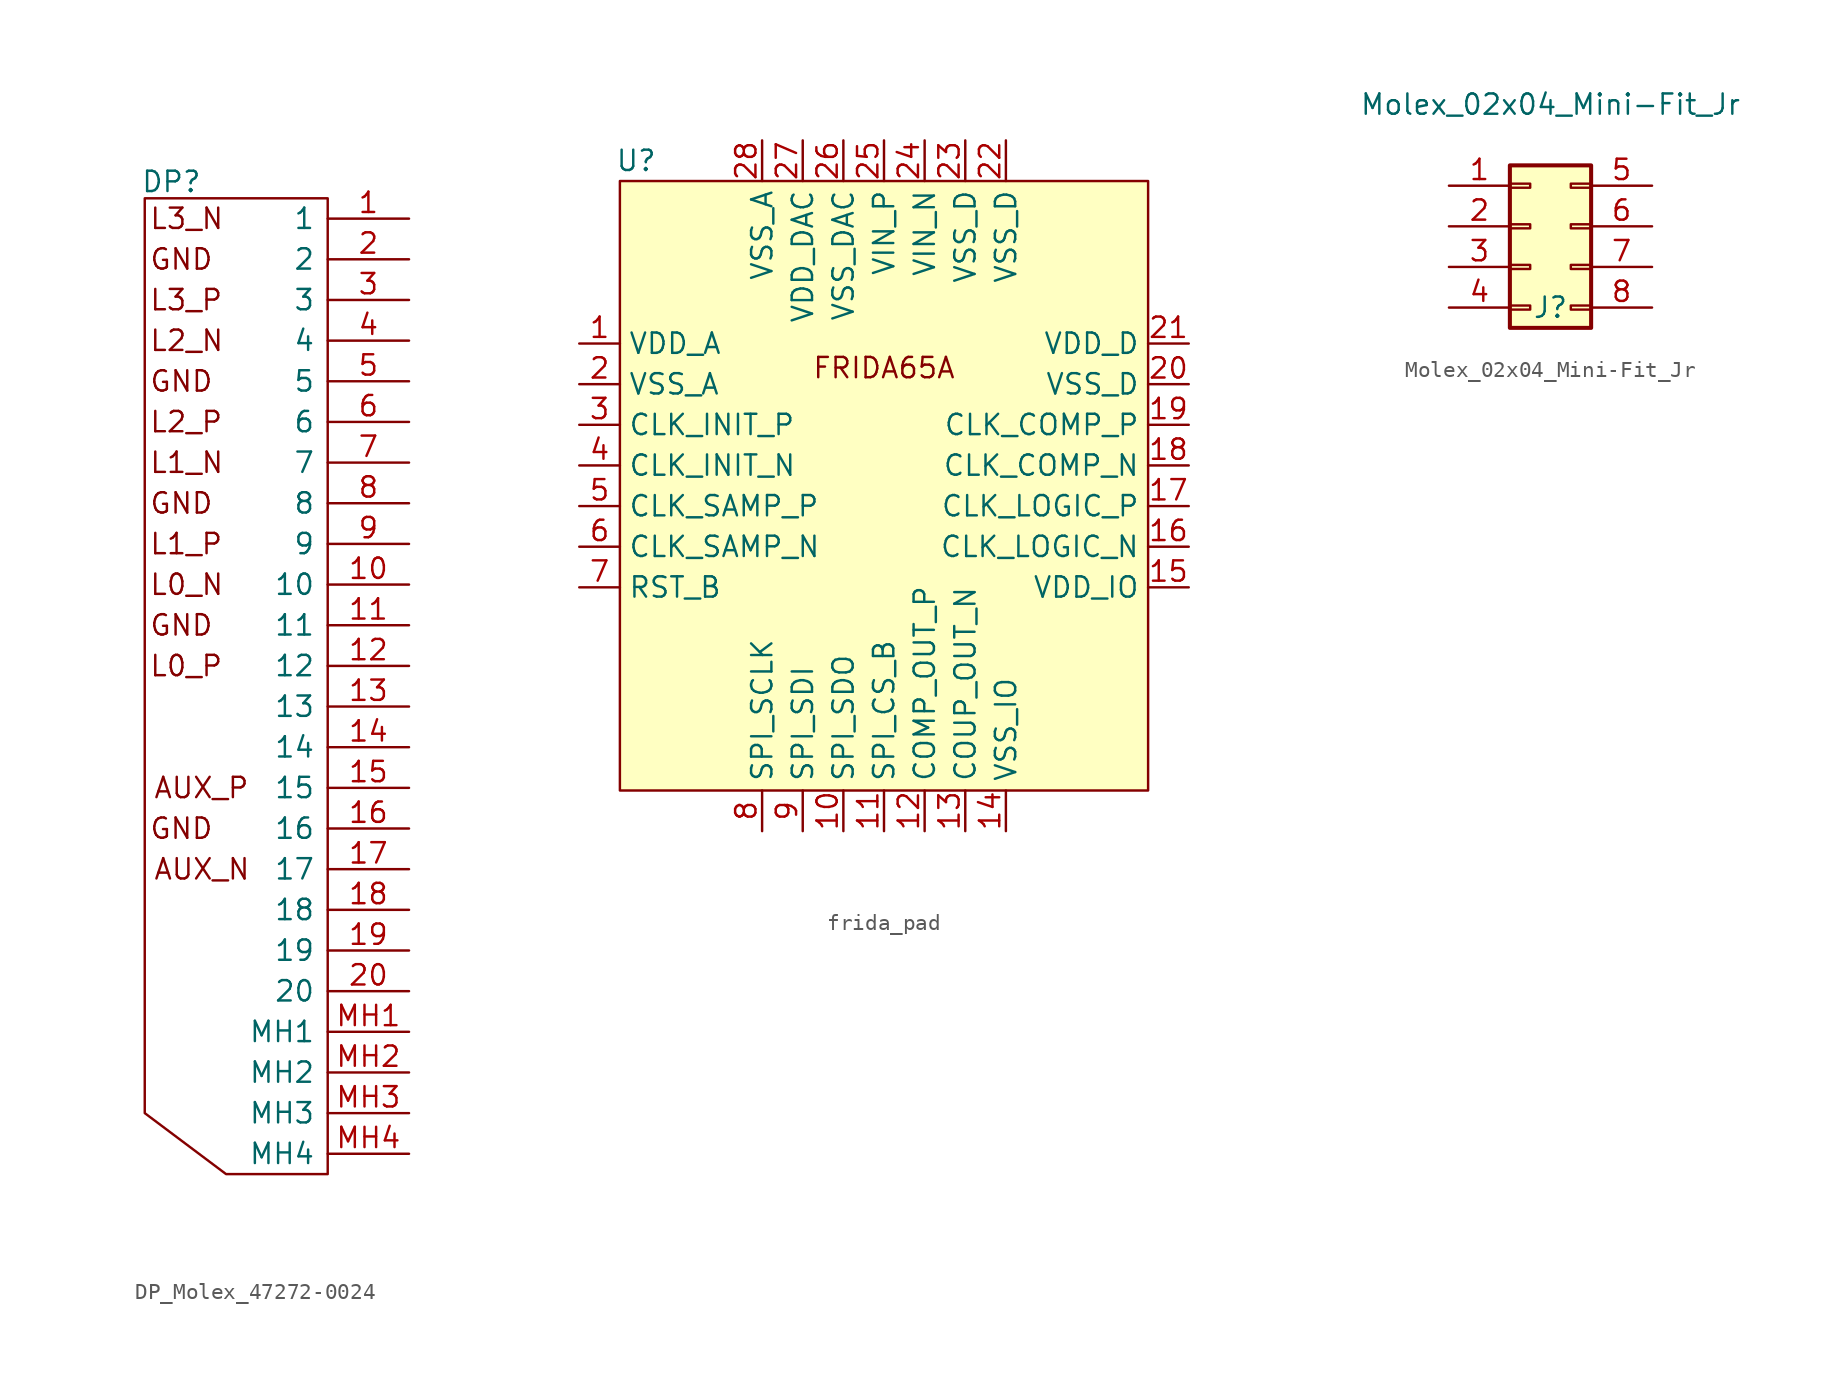
<source format=kicad_sym>
(kicad_symbol_lib
  (version 20241209)
  (generator "kicad_symbol_editor")
  (generator_version "9.0")
  (symbol "DP_Molex_47272-0024"
    (pin_names
      (offset 0.762))
    (property "Reference" "DP"
      (at -0.254 32.258 0)
      (do_not_autoplace)
      (effects (font (size 1.27 1.27)) (justify left top)))
    (symbol "DP_Molex_47272-0024_0_0"
      (pin passive line (at 16.51 29.21 180) (length 5.08) (name "1" (effects (font (size 1.27 1.27)))) (number "1" (effects (font (size 1.27 1.27)))))
      (pin passive line (at 16.51 24.13 180) (length 5.08) (name "3" (effects (font (size 1.27 1.27)))) (number "3" (effects (font (size 1.27 1.27)))))
      (pin passive line (at 16.51 21.59 180) (length 5.08) (name "4" (effects (font (size 1.27 1.27)))) (number "4" (effects (font (size 1.27 1.27)))))
      (pin passive line (at 16.51 16.51 180) (length 5.08) (name "6" (effects (font (size 1.27 1.27)))) (number "6" (effects (font (size 1.27 1.27)))))
      (pin passive line (at 16.51 8.89 180) (length 5.08) (name "9" (effects (font (size 1.27 1.27)))) (number "9" (effects (font (size 1.27 1.27)))))
      (pin passive line (at 16.51 6.35 180) (length 5.08) (name "10" (effects (font (size 1.27 1.27)))) (number "10" (effects (font (size 1.27 1.27)))))
      (pin passive line (at 16.51 1.27 180) (length 5.08) (name "12" (effects (font (size 1.27 1.27)))) (number "12" (effects (font (size 1.27 1.27)))))
      (pin passive line (at 16.51 -1.27 180) (length 5.08) (name "13" (effects (font (size 1.27 1.27)))) (number "13" (effects (font (size 1.27 1.27)))))
      (pin passive line (at 16.51 -3.81 180) (length 5.08) (name "14" (effects (font (size 1.27 1.27)))) (number "14" (effects (font (size 1.27 1.27)))))
      (pin passive line (at 16.51 -6.35 180) (length 5.08) (name "15" (effects (font (size 1.27 1.27)))) (number "15" (effects (font (size 1.27 1.27)))))
      (pin passive line (at 16.51 -11.43 180) (length 5.08) (name "17" (effects (font (size 1.27 1.27)))) (number "17" (effects (font (size 1.27 1.27)))))
      (pin passive line (at 16.51 -13.97 180) (length 5.08) (name "18" (effects (font (size 1.27 1.27)))) (number "18" (effects (font (size 1.27 1.27)))))
      (pin passive line (at 16.51 -16.51 180) (length 5.08) (name "19" (effects (font (size 1.27 1.27)))) (number "19" (effects (font (size 1.27 1.27)))))
      (pin passive line (at 16.51 -19.05 180) (length 5.08) (name "20" (effects (font (size 1.27 1.27)))) (number "20" (effects (font (size 1.27 1.27)))))
      (pin passive line (at 16.51 -21.59 180) (length 5.08) (name "MH1" (effects (font (size 1.27 1.27)))) (number "MH1" (effects (font (size 1.27 1.27)))))
      (pin passive line (at 16.51 -24.13 180) (length 5.08) (name "MH2" (effects (font (size 1.27 1.27)))) (number "MH2" (effects (font (size 1.27 1.27)))))
      (pin passive line (at 16.51 -26.67 180) (length 5.08) (name "MH3" (effects (font (size 1.27 1.27)))) (number "MH3" (effects (font (size 1.27 1.27)))))
      (pin passive line (at 16.51 -29.21 180) (length 5.08) (name "MH4" (effects (font (size 1.27 1.27)))) (number "MH4" (effects (font (size 1.27 1.27))))))
    (symbol "DP_Molex_47272-0024_0_1"
      (polyline (pts (xy 0 30.48) (xy 11.43 30.48) (xy 11.43 -2.54) (xy 11.43 -30.48) (xy 5.08 -30.48) (xy 0 -26.67) (xy 0 30.48)) (stroke (width 0.152) (type default)) (fill (type none))))
    (symbol "DP_Molex_47272-0024_1_0"
      (pin passive line (at 16.51 26.67 180) (length 5.08) (name "2" (effects (font (size 1.27 1.27)))) (number "2" (effects (font (size 1.27 1.27)))))
      (pin passive line (at 16.51 19.05 180) (length 5.08) (name "5" (effects (font (size 1.27 1.27)))) (number "5" (effects (font (size 1.27 1.27)))))
      (pin passive line (at 16.51 13.97 180) (length 5.08) (name "7" (effects (font (size 1.27 1.27)))) (number "7" (effects (font (size 1.27 1.27)))))
      (pin passive line (at 16.51 11.43 180) (length 5.08) (name "8" (effects (font (size 1.27 1.27)))) (number "8" (effects (font (size 1.27 1.27)))))
      (pin passive line (at 16.51 3.81 180) (length 5.08) (name "11" (effects (font (size 1.27 1.27)))) (number "11" (effects (font (size 1.27 1.27)))))
      (pin passive line (at 16.51 -8.89 180) (length 5.08) (name "16" (effects (font (size 1.27 1.27)))) (number "16" (effects (font (size 1.27 1.27))))))
    (symbol "DP_Molex_47272-0024_1_1"
      (text private "Pin naming as sink side" (at -2.032 0.254 900) (effects (font (size 1.27 1.27))))
      (text "L3_N" (at 0.254 29.21 0) (effects (font (size 1.27 1.27)) (justify left)))
      (text "GND" (at 0.254 26.67 0) (effects (font (size 1.27 1.27)) (justify left)))
      (text "L3_P" (at 0.254 24.13 0) (effects (font (size 1.27 1.27)) (justify left)))
      (text "L2_N" (at 0.254 21.59 0) (effects (font (size 1.27 1.27)) (justify left)))
      (text "GND" (at 0.254 19.05 0) (effects (font (size 1.27 1.27)) (justify left)))
      (text "L2_P" (at 0.254 16.51 0) (effects (font (size 1.27 1.27)) (justify left)))
      (text "L1_N" (at 0.254 13.97 0) (effects (font (size 1.27 1.27)) (justify left)))
      (text "GND" (at 0.254 11.43 0) (effects (font (size 1.27 1.27)) (justify left)))
      (text "L1_P" (at 0.254 8.89 0) (effects (font (size 1.27 1.27)) (justify left)))
      (text "L0_N" (at 0.254 6.35 0) (effects (font (size 1.27 1.27)) (justify left)))
      (text "GND" (at 0.254 3.81 0) (effects (font (size 1.27 1.27)) (justify left)))
      (text "L0_P" (at 0.254 1.27 0) (effects (font (size 1.27 1.27)) (justify left)))
      (text "GND" (at 0.254 -8.89 0) (effects (font (size 1.27 1.27)) (justify left)))
      (text "AUX_P" (at 0.508 -6.35 0) (effects (font (size 1.27 1.27)) (justify left)))
      (text "AUX_N" (at 0.508 -11.43 0) (effects (font (size 1.27 1.27)) (justify left)))))
  (symbol "frida_pad"
    (property "Reference" "U"
      (at 1.016 39.37 0)
      (effects (font (size 1.27 1.27))))
    (property "Value" ""
      (at 0 0 0)
      (effects (font (size 1.27 1.27))))
    (symbol "frida_pad_1_1"
      (rectangle (start 0 38.1) (end 33.02 0) (stroke (width 0) (type solid)) (fill (type background)))
      (text "FRIDA65A" (at 16.51 26.416 0) (effects (font (size 1.27 1.27))))
      (pin power_in line (at -2.54 27.94 0) (length 2.54) (name "VDD_A" (effects (font (size 1.27 1.27)))) (number "1" (effects (font (size 1.27 1.27)))))
      (pin power_in line (at -2.54 25.4 0) (length 2.54) (name "VSS_A" (effects (font (size 1.27 1.27)))) (number "2" (effects (font (size 1.27 1.27)))))
      (pin input line (at -2.54 22.86 0) (length 2.54) (name "CLK_INIT_P" (effects (font (size 1.27 1.27)))) (number "3" (effects (font (size 1.27 1.27)))))
      (pin input line (at -2.54 20.32 0) (length 2.54) (name "CLK_INIT_N" (effects (font (size 1.27 1.27)))) (number "4" (effects (font (size 1.27 1.27)))))
      (pin input line (at -2.54 17.78 0) (length 2.54) (name "CLK_SAMP_P" (effects (font (size 1.27 1.27)))) (number "5" (effects (font (size 1.27 1.27)))))
      (pin input line (at -2.54 15.24 0) (length 2.54) (name "CLK_SAMP_N" (effects (font (size 1.27 1.27)))) (number "6" (effects (font (size 1.27 1.27)))))
      (pin input line (at -2.54 12.7 0) (length 2.54) (name "RST_B" (effects (font (size 1.27 1.27)))) (number "7" (effects (font (size 1.27 1.27)))))
      (pin power_in line (at 8.89 40.64 270) (length 2.54) (name "VSS_A" (effects (font (size 1.27 1.27)))) (number "28" (effects (font (size 1.27 1.27)))))
      (pin input line (at 8.89 -2.54 90) (length 2.54) (name "SPI_SCLK" (effects (font (size 1.27 1.27)))) (number "8" (effects (font (size 1.27 1.27)))))
      (pin power_in line (at 11.43 40.64 270) (length 2.54) (name "VDD_DAC" (effects (font (size 1.27 1.27)))) (number "27" (effects (font (size 1.27 1.27)))))
      (pin input line (at 11.43 -2.54 90) (length 2.54) (name "SPI_SDI" (effects (font (size 1.27 1.27)))) (number "9" (effects (font (size 1.27 1.27)))))
      (pin power_in line (at 13.97 40.64 270) (length 2.54) (name "VSS_DAC" (effects (font (size 1.27 1.27)))) (number "26" (effects (font (size 1.27 1.27)))))
      (pin output line (at 13.97 -2.54 90) (length 2.54) (name "SPI_SDO" (effects (font (size 1.27 1.27)))) (number "10" (effects (font (size 1.27 1.27)))))
      (pin input line (at 16.51 40.64 270) (length 2.54) (name "VIN_P" (effects (font (size 1.27 1.27)))) (number "25" (effects (font (size 1.27 1.27)))))
      (pin input line (at 16.51 -2.54 90) (length 2.54) (name "SPI_CS_B" (effects (font (size 1.27 1.27)))) (number "11" (effects (font (size 1.27 1.27)))))
      (pin input line (at 19.05 40.64 270) (length 2.54) (name "VIN_N" (effects (font (size 1.27 1.27)))) (number "24" (effects (font (size 1.27 1.27)))))
      (pin output line (at 19.05 -2.54 90) (length 2.54) (name "COMP_OUT_P" (effects (font (size 1.27 1.27)))) (number "12" (effects (font (size 1.27 1.27)))))
      (pin power_in line (at 21.59 40.64 270) (length 2.54) (name "VSS_D" (effects (font (size 1.27 1.27)))) (number "23" (effects (font (size 1.27 1.27)))))
      (pin output line (at 21.59 -2.54 90) (length 2.54) (name "COUP_OUT_N" (effects (font (size 1.27 1.27)))) (number "13" (effects (font (size 1.27 1.27)))))
      (pin power_in line (at 24.13 40.64 270) (length 2.54) (name "VSS_D" (effects (font (size 1.27 1.27)))) (number "22" (effects (font (size 1.27 1.27)))))
      (pin power_in line (at 24.13 -2.54 90) (length 2.54) (name "VSS_IO" (effects (font (size 1.27 1.27)))) (number "14" (effects (font (size 1.27 1.27)))))
      (pin power_in line (at 35.56 27.94 180) (length 2.54) (name "VDD_D" (effects (font (size 1.27 1.27)))) (number "21" (effects (font (size 1.27 1.27)))))
      (pin power_in line (at 35.56 25.4 180) (length 2.54) (name "VSS_D" (effects (font (size 1.27 1.27)))) (number "20" (effects (font (size 1.27 1.27)))))
      (pin input line (at 35.56 22.86 180) (length 2.54) (name "CLK_COMP_P" (effects (font (size 1.27 1.27)))) (number "19" (effects (font (size 1.27 1.27)))))
      (pin input line (at 35.56 20.32 180) (length 2.54) (name "CLK_COMP_N" (effects (font (size 1.27 1.27)))) (number "18" (effects (font (size 1.27 1.27)))))
      (pin input line (at 35.56 17.78 180) (length 2.54) (name "CLK_LOGIC_P" (effects (font (size 1.27 1.27)))) (number "17" (effects (font (size 1.27 1.27)))))
      (pin input line (at 35.56 15.24 180) (length 2.54) (name "CLK_LOGIC_N" (effects (font (size 1.27 1.27)))) (number "16" (effects (font (size 1.27 1.27)))))
      (pin power_in line (at 35.56 12.7 180) (length 2.54) (name "VDD_IO" (effects (font (size 1.27 1.27)))) (number "15" (effects (font (size 1.27 1.27)))))))
  (symbol "Molex_02x04_Mini-Fit_Jr"
    (pin_names
      (offset 1.016)
      (hide yes))
    (property "Reference" "J"
      (at 1.27 -5.08 0)
      (effects (font (size 1.27 1.27))))
    (property "Value" "Molex_02x04_Mini-Fit_Jr"
      (at 1.27 7.62 0)
      (effects (font (size 1.27 1.27))))
    (symbol "Molex_02x04_Mini-Fit_Jr_1_1"
      (rectangle (start -1.27 3.81) (end 3.81 -6.35) (stroke (width 0.254) (type default)) (fill (type background)))
      (rectangle (start -1.27 2.667) (end 0 2.413) (stroke (width 0.152) (type default)) (fill (type none)))
      (rectangle (start -1.27 0.127) (end 0 -0.127) (stroke (width 0.152) (type default)) (fill (type none)))
      (rectangle (start -1.27 -2.413) (end 0 -2.667) (stroke (width 0.152) (type default)) (fill (type none)))
      (rectangle (start -1.27 -4.953) (end 0 -5.207) (stroke (width 0.152) (type default)) (fill (type none)))
      (rectangle (start 3.81 2.667) (end 2.54 2.413) (stroke (width 0.152) (type default)) (fill (type none)))
      (rectangle (start 3.81 0.127) (end 2.54 -0.127) (stroke (width 0.152) (type default)) (fill (type none)))
      (rectangle (start 3.81 -2.413) (end 2.54 -2.667) (stroke (width 0.152) (type default)) (fill (type none)))
      (rectangle (start 3.81 -4.953) (end 2.54 -5.207) (stroke (width 0.152) (type default)) (fill (type none)))
      (pin passive line (at -5.08 2.54 0) (length 3.81) (name "Pin_1" (effects (font (size 1.27 1.27)))) (number "1" (effects (font (size 1.27 1.27)))))
      (pin passive line (at -5.08 0 0) (length 3.81) (name "Pin_2" (effects (font (size 1.27 1.27)))) (number "2" (effects (font (size 1.27 1.27)))))
      (pin passive line (at -5.08 -2.54 0) (length 3.81) (name "Pin_3" (effects (font (size 1.27 1.27)))) (number "3" (effects (font (size 1.27 1.27)))))
      (pin passive line (at -5.08 -5.08 0) (length 3.81) (name "Pin_4" (effects (font (size 1.27 1.27)))) (number "4" (effects (font (size 1.27 1.27)))))
      (pin passive line (at 7.62 2.54 180) (length 3.81) (name "Pin_5" (effects (font (size 1.27 1.27)))) (number "5" (effects (font (size 1.27 1.27)))))
      (pin passive line (at 7.62 0 180) (length 3.81) (name "Pin_6" (effects (font (size 1.27 1.27)))) (number "6" (effects (font (size 1.27 1.27)))))
      (pin passive line (at 7.62 -2.54 180) (length 3.81) (name "Pin_7" (effects (font (size 1.27 1.27)))) (number "7" (effects (font (size 1.27 1.27)))))
      (pin passive line (at 7.62 -5.08 180) (length 3.81) (name "Pin_8" (effects (font (size 1.27 1.27)))) (number "8" (effects (font (size 1.27 1.27))))))))
</source>
